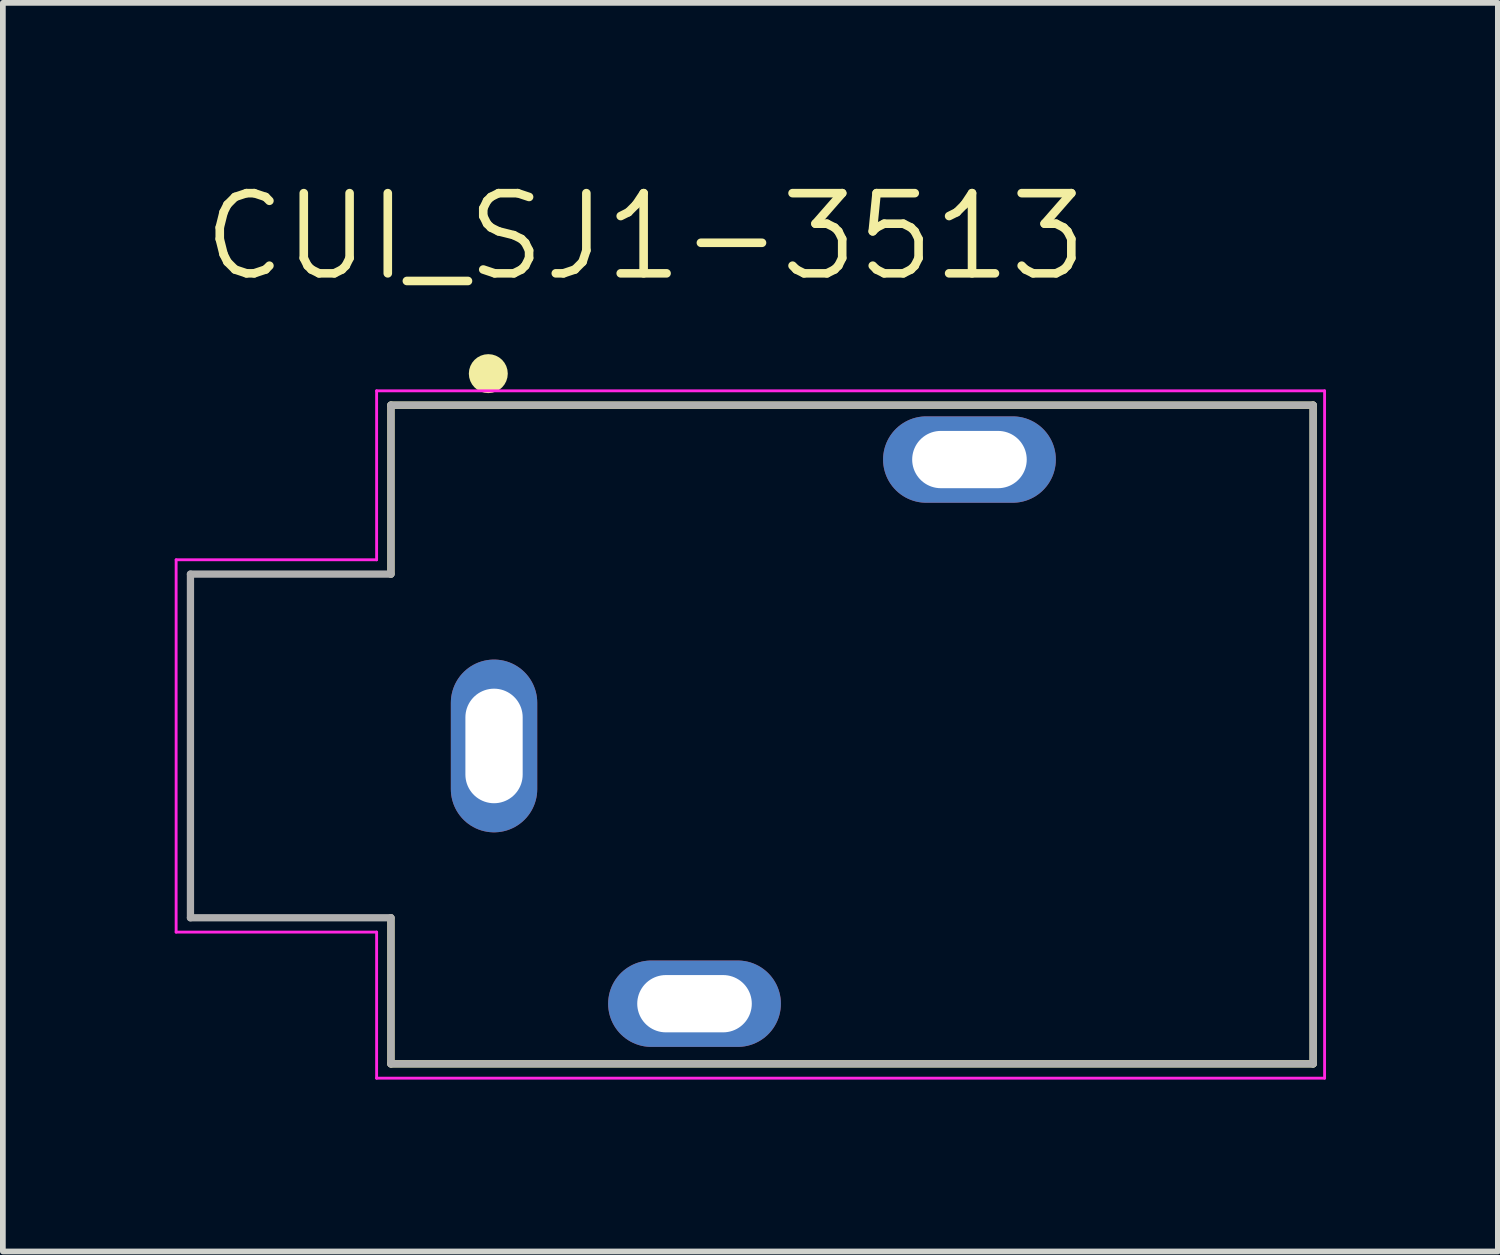
<source format=kicad_pcb>
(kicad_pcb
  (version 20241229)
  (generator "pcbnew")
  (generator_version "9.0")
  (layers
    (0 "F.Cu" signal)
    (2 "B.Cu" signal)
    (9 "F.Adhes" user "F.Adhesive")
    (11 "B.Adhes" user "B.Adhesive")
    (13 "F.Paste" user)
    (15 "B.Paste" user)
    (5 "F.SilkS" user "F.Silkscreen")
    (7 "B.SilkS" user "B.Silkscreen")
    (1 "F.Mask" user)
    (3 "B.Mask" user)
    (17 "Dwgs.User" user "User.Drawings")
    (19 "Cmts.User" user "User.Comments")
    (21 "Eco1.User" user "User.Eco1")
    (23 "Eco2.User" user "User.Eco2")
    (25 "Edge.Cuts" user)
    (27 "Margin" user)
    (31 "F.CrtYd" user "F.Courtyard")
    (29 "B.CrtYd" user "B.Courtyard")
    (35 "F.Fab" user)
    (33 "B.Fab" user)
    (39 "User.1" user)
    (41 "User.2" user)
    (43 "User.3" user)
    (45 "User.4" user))
  (footprint "CUI_SJ1-3513"
    (layer "F.Cu")
    (at 5.575 9.973)
    (property "Reference" "CUI_SJ1-3513" (at 2.645 -8.891 0) (layer "F.SilkS") (effects (font (size 1.4 1.4) (thickness 0.15))))
    (attr through_hole)
    (fp_line (start -1.8 -5.95) (end 14.3 -5.95) (stroke (width 0.127) (type solid)) (layer "F.SilkS"))
    (fp_line (start -1.8 -3) (end -1.8 -5.95) (stroke (width 0.127) (type solid)) (layer "F.SilkS"))
    (fp_line (start -1.8 5.55) (end -1.8 3) (stroke (width 0.127) (type solid)) (layer "F.SilkS"))
    (fp_line (start 14.3 -5.95) (end 14.3 5.55) (stroke (width 0.127) (type solid)) (layer "F.SilkS"))
    (fp_line (start 14.3 5.55) (end -1.8 5.55) (stroke (width 0.127) (type solid)) (layer "F.SilkS"))
    (fp_circle (center -0.1 -6.5) (end 0.07 -6.5) (stroke (width 0.34) (type solid)) (fill no) (layer "F.SilkS"))
    (fp_line (start -5.55 -3.25) (end -5.55 3.25) (stroke (width 0.05) (type solid)) (layer "F.CrtYd"))
    (fp_line (start -5.55 3.25) (end -2.05 3.25) (stroke (width 0.05) (type solid)) (layer "F.CrtYd"))
    (fp_line (start -2.05 -6.2) (end -2.05 -3.25) (stroke (width 0.05) (type solid)) (layer "F.CrtYd"))
    (fp_line (start -2.05 -3.25) (end -5.55 -3.25) (stroke (width 0.05) (type solid)) (layer "F.CrtYd"))
    (fp_line (start -2.05 3.25) (end -2.05 5.8) (stroke (width 0.05) (type solid)) (layer "F.CrtYd"))
    (fp_line (start -2.05 5.8) (end 14.5 5.8) (stroke (width 0.05) (type solid)) (layer "F.CrtYd"))
    (fp_line (start 14.5 -6.2) (end -2.05 -6.2) (stroke (width 0.05) (type solid)) (layer "F.CrtYd"))
    (fp_line (start 14.5 5.8) (end 14.5 -6.2) (stroke (width 0.05) (type solid)) (layer "F.CrtYd"))
    (fp_line (start -5.3 -3) (end -5.3 3) (stroke (width 0.127) (type solid)) (layer "F.Fab"))
    (fp_line (start -5.3 3) (end -1.8 3) (stroke (width 0.127) (type solid)) (layer "F.Fab"))
    (fp_line (start -1.8 -5.95) (end -1.8 -3) (stroke (width 0.127) (type solid)) (layer "F.Fab"))
    (fp_line (start -1.8 -3) (end -5.3 -3) (stroke (width 0.127) (type solid)) (layer "F.Fab"))
    (fp_line (start -1.8 3) (end -1.8 5.55) (stroke (width 0.127) (type solid)) (layer "F.Fab"))
    (fp_line (start -1.8 5.55) (end 14.3 5.55) (stroke (width 0.127) (type solid)) (layer "F.Fab"))
    (fp_line (start 14.3 -5.95) (end -1.8 -5.95) (stroke (width 0.127) (type solid)) (layer "F.Fab"))
    (fp_line (start 14.3 5.55) (end 14.3 -5.95) (stroke (width 0.127) (type solid)) (layer "F.Fab"))
    (pad "1" thru_hole oval (at 0 0) (size 1.508 3.016) (drill oval 1 2) (layers "*.Cu" "*.Mask"))
    (pad "2" thru_hole oval (at 3.5 4.5) (size 3.016 1.508) (drill oval 2 1) (layers "*.Cu" "*.Mask"))
    (pad "3" thru_hole oval (at 8.3 -5) (size 3.016 1.508) (drill oval 2 1) (layers "*.Cu" "*.Mask")))
  (gr_rect
    (start -3 -3)
    (end 23.1 18.798)
    (stroke (width 0.1) (type default))
    (fill no)
    (layer "Edge.Cuts")))
</source>
